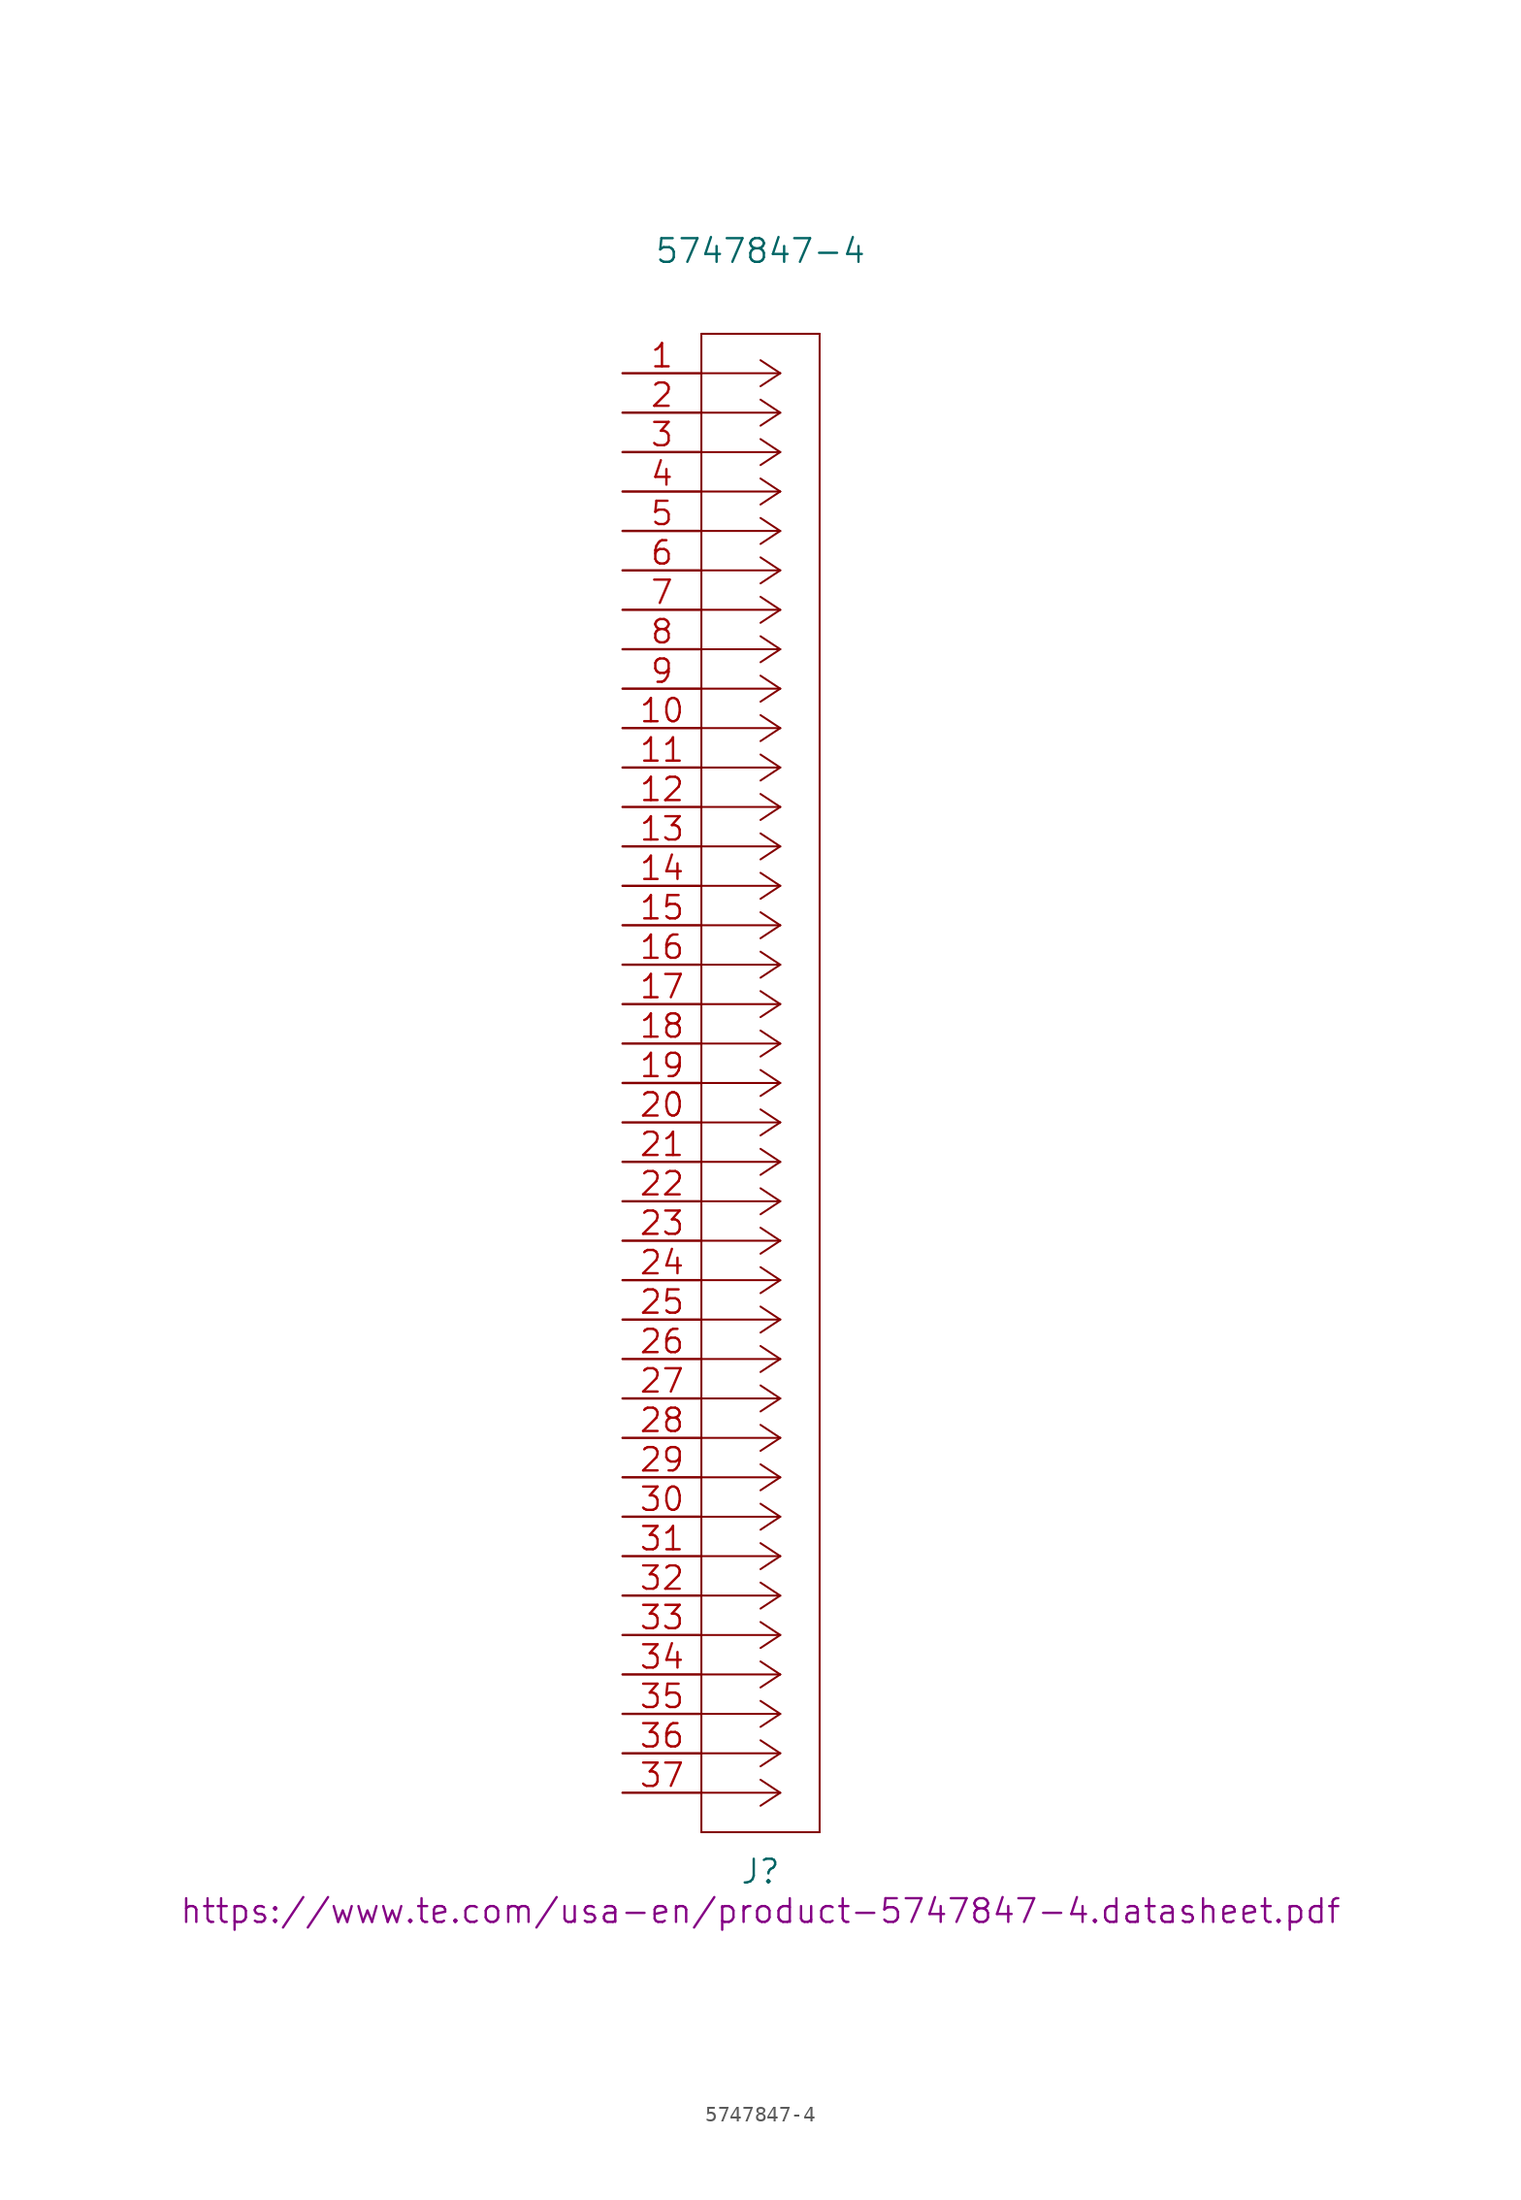
<source format=kicad_sym>
(kicad_symbol_lib
  (version 20220914)
  (generator kicad_symbol_editor)
  (symbol "5747847-4"
    (pin_names
      (offset 0.254) hide)
    (property "Reference" "J"
      (at 8.89 -96.52 0)
      (effects (font (size 1.524 1.524))))
    (property "Value" "5747847-4"
      (at 8.89 7.874 0)
      (effects (font (size 1.524 1.524))))
    (property "Datasheet" "https://www.te.com/usa-en/product-5747847-4.datasheet.pdf"
      (at 8.89 -99.06 0)
      (effects (font (size 1.524 1.524))))
    (symbol "5747847-4_1_1"
      (polyline (pts (xy 5.08 -93.98) (xy 12.7 -93.98)) (stroke (width 0.127) (type solid)) (fill (type none)))
      (polyline (pts (xy 5.08 2.54) (xy 5.08 -93.98)) (stroke (width 0.127) (type solid)) (fill (type none)))
      (polyline (pts (xy 10.16 -91.44) (xy 5.08 -91.44)) (stroke (width 0.127) (type solid)) (fill (type none)))
      (polyline (pts (xy 10.16 -91.44) (xy 8.89 -92.278)) (stroke (width 0.127) (type solid)) (fill (type none)))
      (polyline (pts (xy 10.16 -91.44) (xy 8.89 -90.602)) (stroke (width 0.127) (type solid)) (fill (type none)))
      (polyline (pts (xy 10.16 -88.9) (xy 5.08 -88.9)) (stroke (width 0.127) (type solid)) (fill (type none)))
      (polyline (pts (xy 10.16 -88.9) (xy 8.89 -89.738)) (stroke (width 0.127) (type solid)) (fill (type none)))
      (polyline (pts (xy 10.16 -88.9) (xy 8.89 -88.062)) (stroke (width 0.127) (type solid)) (fill (type none)))
      (polyline (pts (xy 10.16 -86.36) (xy 5.08 -86.36)) (stroke (width 0.127) (type solid)) (fill (type none)))
      (polyline (pts (xy 10.16 -86.36) (xy 8.89 -87.198)) (stroke (width 0.127) (type solid)) (fill (type none)))
      (polyline (pts (xy 10.16 -86.36) (xy 8.89 -85.522)) (stroke (width 0.127) (type solid)) (fill (type none)))
      (polyline (pts (xy 10.16 -83.82) (xy 5.08 -83.82)) (stroke (width 0.127) (type solid)) (fill (type none)))
      (polyline (pts (xy 10.16 -83.82) (xy 8.89 -84.658)) (stroke (width 0.127) (type solid)) (fill (type none)))
      (polyline (pts (xy 10.16 -83.82) (xy 8.89 -82.982)) (stroke (width 0.127) (type solid)) (fill (type none)))
      (polyline (pts (xy 10.16 -81.28) (xy 5.08 -81.28)) (stroke (width 0.127) (type solid)) (fill (type none)))
      (polyline (pts (xy 10.16 -81.28) (xy 8.89 -82.118)) (stroke (width 0.127) (type solid)) (fill (type none)))
      (polyline (pts (xy 10.16 -81.28) (xy 8.89 -80.442)) (stroke (width 0.127) (type solid)) (fill (type none)))
      (polyline (pts (xy 10.16 -78.74) (xy 5.08 -78.74)) (stroke (width 0.127) (type solid)) (fill (type none)))
      (polyline (pts (xy 10.16 -78.74) (xy 8.89 -79.578)) (stroke (width 0.127) (type solid)) (fill (type none)))
      (polyline (pts (xy 10.16 -78.74) (xy 8.89 -77.902)) (stroke (width 0.127) (type solid)) (fill (type none)))
      (polyline (pts (xy 10.16 -76.2) (xy 5.08 -76.2)) (stroke (width 0.127) (type solid)) (fill (type none)))
      (polyline (pts (xy 10.16 -76.2) (xy 8.89 -77.038)) (stroke (width 0.127) (type solid)) (fill (type none)))
      (polyline (pts (xy 10.16 -76.2) (xy 8.89 -75.362)) (stroke (width 0.127) (type solid)) (fill (type none)))
      (polyline (pts (xy 10.16 -73.66) (xy 5.08 -73.66)) (stroke (width 0.127) (type solid)) (fill (type none)))
      (polyline (pts (xy 10.16 -73.66) (xy 8.89 -74.498)) (stroke (width 0.127) (type solid)) (fill (type none)))
      (polyline (pts (xy 10.16 -73.66) (xy 8.89 -72.822)) (stroke (width 0.127) (type solid)) (fill (type none)))
      (polyline (pts (xy 10.16 -71.12) (xy 5.08 -71.12)) (stroke (width 0.127) (type solid)) (fill (type none)))
      (polyline (pts (xy 10.16 -71.12) (xy 8.89 -71.958)) (stroke (width 0.127) (type solid)) (fill (type none)))
      (polyline (pts (xy 10.16 -71.12) (xy 8.89 -70.282)) (stroke (width 0.127) (type solid)) (fill (type none)))
      (polyline (pts (xy 10.16 -68.58) (xy 5.08 -68.58)) (stroke (width 0.127) (type solid)) (fill (type none)))
      (polyline (pts (xy 10.16 -68.58) (xy 8.89 -69.418)) (stroke (width 0.127) (type solid)) (fill (type none)))
      (polyline (pts (xy 10.16 -68.58) (xy 8.89 -67.742)) (stroke (width 0.127) (type solid)) (fill (type none)))
      (polyline (pts (xy 10.16 -66.04) (xy 5.08 -66.04)) (stroke (width 0.127) (type solid)) (fill (type none)))
      (polyline (pts (xy 10.16 -66.04) (xy 8.89 -66.878)) (stroke (width 0.127) (type solid)) (fill (type none)))
      (polyline (pts (xy 10.16 -66.04) (xy 8.89 -65.202)) (stroke (width 0.127) (type solid)) (fill (type none)))
      (polyline (pts (xy 10.16 -63.5) (xy 5.08 -63.5)) (stroke (width 0.127) (type solid)) (fill (type none)))
      (polyline (pts (xy 10.16 -63.5) (xy 8.89 -64.338)) (stroke (width 0.127) (type solid)) (fill (type none)))
      (polyline (pts (xy 10.16 -63.5) (xy 8.89 -62.662)) (stroke (width 0.127) (type solid)) (fill (type none)))
      (polyline (pts (xy 10.16 -60.96) (xy 5.08 -60.96)) (stroke (width 0.127) (type solid)) (fill (type none)))
      (polyline (pts (xy 10.16 -60.96) (xy 8.89 -61.798)) (stroke (width 0.127) (type solid)) (fill (type none)))
      (polyline (pts (xy 10.16 -60.96) (xy 8.89 -60.122)) (stroke (width 0.127) (type solid)) (fill (type none)))
      (polyline (pts (xy 10.16 -58.42) (xy 5.08 -58.42)) (stroke (width 0.127) (type solid)) (fill (type none)))
      (polyline (pts (xy 10.16 -58.42) (xy 8.89 -59.258)) (stroke (width 0.127) (type solid)) (fill (type none)))
      (polyline (pts (xy 10.16 -58.42) (xy 8.89 -57.582)) (stroke (width 0.127) (type solid)) (fill (type none)))
      (polyline (pts (xy 10.16 -55.88) (xy 5.08 -55.88)) (stroke (width 0.127) (type solid)) (fill (type none)))
      (polyline (pts (xy 10.16 -55.88) (xy 8.89 -56.718)) (stroke (width 0.127) (type solid)) (fill (type none)))
      (polyline (pts (xy 10.16 -55.88) (xy 8.89 -55.042)) (stroke (width 0.127) (type solid)) (fill (type none)))
      (polyline (pts (xy 10.16 -53.34) (xy 5.08 -53.34)) (stroke (width 0.127) (type solid)) (fill (type none)))
      (polyline (pts (xy 10.16 -53.34) (xy 8.89 -54.178)) (stroke (width 0.127) (type solid)) (fill (type none)))
      (polyline (pts (xy 10.16 -53.34) (xy 8.89 -52.502)) (stroke (width 0.127) (type solid)) (fill (type none)))
      (polyline (pts (xy 10.16 -50.8) (xy 5.08 -50.8)) (stroke (width 0.127) (type solid)) (fill (type none)))
      (polyline (pts (xy 10.16 -50.8) (xy 8.89 -51.638)) (stroke (width 0.127) (type solid)) (fill (type none)))
      (polyline (pts (xy 10.16 -50.8) (xy 8.89 -49.962)) (stroke (width 0.127) (type solid)) (fill (type none)))
      (polyline (pts (xy 10.16 -48.26) (xy 5.08 -48.26)) (stroke (width 0.127) (type solid)) (fill (type none)))
      (polyline (pts (xy 10.16 -48.26) (xy 8.89 -49.098)) (stroke (width 0.127) (type solid)) (fill (type none)))
      (polyline (pts (xy 10.16 -48.26) (xy 8.89 -47.422)) (stroke (width 0.127) (type solid)) (fill (type none)))
      (polyline (pts (xy 10.16 -45.72) (xy 5.08 -45.72)) (stroke (width 0.127) (type solid)) (fill (type none)))
      (polyline (pts (xy 10.16 -45.72) (xy 8.89 -46.558)) (stroke (width 0.127) (type solid)) (fill (type none)))
      (polyline (pts (xy 10.16 -45.72) (xy 8.89 -44.882)) (stroke (width 0.127) (type solid)) (fill (type none)))
      (polyline (pts (xy 10.16 -43.18) (xy 5.08 -43.18)) (stroke (width 0.127) (type solid)) (fill (type none)))
      (polyline (pts (xy 10.16 -43.18) (xy 8.89 -44.018)) (stroke (width 0.127) (type solid)) (fill (type none)))
      (polyline (pts (xy 10.16 -43.18) (xy 8.89 -42.342)) (stroke (width 0.127) (type solid)) (fill (type none)))
      (polyline (pts (xy 10.16 -40.64) (xy 5.08 -40.64)) (stroke (width 0.127) (type solid)) (fill (type none)))
      (polyline (pts (xy 10.16 -40.64) (xy 8.89 -41.478)) (stroke (width 0.127) (type solid)) (fill (type none)))
      (polyline (pts (xy 10.16 -40.64) (xy 8.89 -39.802)) (stroke (width 0.127) (type solid)) (fill (type none)))
      (polyline (pts (xy 10.16 -38.1) (xy 5.08 -38.1)) (stroke (width 0.127) (type solid)) (fill (type none)))
      (polyline (pts (xy 10.16 -38.1) (xy 8.89 -38.938)) (stroke (width 0.127) (type solid)) (fill (type none)))
      (polyline (pts (xy 10.16 -38.1) (xy 8.89 -37.262)) (stroke (width 0.127) (type solid)) (fill (type none)))
      (polyline (pts (xy 10.16 -35.56) (xy 5.08 -35.56)) (stroke (width 0.127) (type solid)) (fill (type none)))
      (polyline (pts (xy 10.16 -35.56) (xy 8.89 -36.398)) (stroke (width 0.127) (type solid)) (fill (type none)))
      (polyline (pts (xy 10.16 -35.56) (xy 8.89 -34.722)) (stroke (width 0.127) (type solid)) (fill (type none)))
      (polyline (pts (xy 10.16 -33.02) (xy 5.08 -33.02)) (stroke (width 0.127) (type solid)) (fill (type none)))
      (polyline (pts (xy 10.16 -33.02) (xy 8.89 -33.858)) (stroke (width 0.127) (type solid)) (fill (type none)))
      (polyline (pts (xy 10.16 -33.02) (xy 8.89 -32.182)) (stroke (width 0.127) (type solid)) (fill (type none)))
      (polyline (pts (xy 10.16 -30.48) (xy 5.08 -30.48)) (stroke (width 0.127) (type solid)) (fill (type none)))
      (polyline (pts (xy 10.16 -30.48) (xy 8.89 -31.318)) (stroke (width 0.127) (type solid)) (fill (type none)))
      (polyline (pts (xy 10.16 -30.48) (xy 8.89 -29.642)) (stroke (width 0.127) (type solid)) (fill (type none)))
      (polyline (pts (xy 10.16 -27.94) (xy 5.08 -27.94)) (stroke (width 0.127) (type solid)) (fill (type none)))
      (polyline (pts (xy 10.16 -27.94) (xy 8.89 -28.778)) (stroke (width 0.127) (type solid)) (fill (type none)))
      (polyline (pts (xy 10.16 -27.94) (xy 8.89 -27.102)) (stroke (width 0.127) (type solid)) (fill (type none)))
      (polyline (pts (xy 10.16 -25.4) (xy 5.08 -25.4)) (stroke (width 0.127) (type solid)) (fill (type none)))
      (polyline (pts (xy 10.16 -25.4) (xy 8.89 -26.238)) (stroke (width 0.127) (type solid)) (fill (type none)))
      (polyline (pts (xy 10.16 -25.4) (xy 8.89 -24.562)) (stroke (width 0.127) (type solid)) (fill (type none)))
      (polyline (pts (xy 10.16 -22.86) (xy 5.08 -22.86)) (stroke (width 0.127) (type solid)) (fill (type none)))
      (polyline (pts (xy 10.16 -22.86) (xy 8.89 -23.698)) (stroke (width 0.127) (type solid)) (fill (type none)))
      (polyline (pts (xy 10.16 -22.86) (xy 8.89 -22.022)) (stroke (width 0.127) (type solid)) (fill (type none)))
      (polyline (pts (xy 10.16 -20.32) (xy 5.08 -20.32)) (stroke (width 0.127) (type solid)) (fill (type none)))
      (polyline (pts (xy 10.16 -20.32) (xy 8.89 -21.158)) (stroke (width 0.127) (type solid)) (fill (type none)))
      (polyline (pts (xy 10.16 -20.32) (xy 8.89 -19.482)) (stroke (width 0.127) (type solid)) (fill (type none)))
      (polyline (pts (xy 10.16 -17.78) (xy 5.08 -17.78)) (stroke (width 0.127) (type solid)) (fill (type none)))
      (polyline (pts (xy 10.16 -17.78) (xy 8.89 -18.618)) (stroke (width 0.127) (type solid)) (fill (type none)))
      (polyline (pts (xy 10.16 -17.78) (xy 8.89 -16.942)) (stroke (width 0.127) (type solid)) (fill (type none)))
      (polyline (pts (xy 10.16 -15.24) (xy 5.08 -15.24)) (stroke (width 0.127) (type solid)) (fill (type none)))
      (polyline (pts (xy 10.16 -15.24) (xy 8.89 -16.078)) (stroke (width 0.127) (type solid)) (fill (type none)))
      (polyline (pts (xy 10.16 -15.24) (xy 8.89 -14.402)) (stroke (width 0.127) (type solid)) (fill (type none)))
      (polyline (pts (xy 10.16 -12.7) (xy 5.08 -12.7)) (stroke (width 0.127) (type solid)) (fill (type none)))
      (polyline (pts (xy 10.16 -12.7) (xy 8.89 -13.538)) (stroke (width 0.127) (type solid)) (fill (type none)))
      (polyline (pts (xy 10.16 -12.7) (xy 8.89 -11.862)) (stroke (width 0.127) (type solid)) (fill (type none)))
      (polyline (pts (xy 10.16 -10.16) (xy 5.08 -10.16)) (stroke (width 0.127) (type solid)) (fill (type none)))
      (polyline (pts (xy 10.16 -10.16) (xy 8.89 -10.998)) (stroke (width 0.127) (type solid)) (fill (type none)))
      (polyline (pts (xy 10.16 -10.16) (xy 8.89 -9.322)) (stroke (width 0.127) (type solid)) (fill (type none)))
      (polyline (pts (xy 10.16 -7.62) (xy 5.08 -7.62)) (stroke (width 0.127) (type solid)) (fill (type none)))
      (polyline (pts (xy 10.16 -7.62) (xy 8.89 -8.458)) (stroke (width 0.127) (type solid)) (fill (type none)))
      (polyline (pts (xy 10.16 -7.62) (xy 8.89 -6.782)) (stroke (width 0.127) (type solid)) (fill (type none)))
      (polyline (pts (xy 10.16 -5.08) (xy 5.08 -5.08)) (stroke (width 0.127) (type solid)) (fill (type none)))
      (polyline (pts (xy 10.16 -5.08) (xy 8.89 -5.918)) (stroke (width 0.127) (type solid)) (fill (type none)))
      (polyline (pts (xy 10.16 -5.08) (xy 8.89 -4.242)) (stroke (width 0.127) (type solid)) (fill (type none)))
      (polyline (pts (xy 10.16 -2.54) (xy 5.08 -2.54)) (stroke (width 0.127) (type solid)) (fill (type none)))
      (polyline (pts (xy 10.16 -2.54) (xy 8.89 -3.378)) (stroke (width 0.127) (type solid)) (fill (type none)))
      (polyline (pts (xy 10.16 -2.54) (xy 8.89 -1.702)) (stroke (width 0.127) (type solid)) (fill (type none)))
      (polyline (pts (xy 10.16 0) (xy 5.08 0)) (stroke (width 0.127) (type solid)) (fill (type none)))
      (polyline (pts (xy 10.16 0) (xy 8.89 -0.838)) (stroke (width 0.127) (type solid)) (fill (type none)))
      (polyline (pts (xy 10.16 0) (xy 8.89 0.838)) (stroke (width 0.127) (type solid)) (fill (type none)))
      (polyline (pts (xy 12.7 -93.98) (xy 12.7 2.54)) (stroke (width 0.127) (type solid)) (fill (type none)))
      (polyline (pts (xy 12.7 2.54) (xy 5.08 2.54)) (stroke (width 0.127) (type solid)) (fill (type none)))
      (pin unspecified line (at 0 0 0) (length 5.08) (name "1" (effects (font (size 1.499 1.499)))) (number "1" (effects (font (size 1.499 1.499)))))
      (pin unspecified line (at 0 -22.86 0) (length 5.08) (name "10" (effects (font (size 1.499 1.499)))) (number "10" (effects (font (size 1.499 1.499)))))
      (pin unspecified line (at 0 -25.4 0) (length 5.08) (name "11" (effects (font (size 1.499 1.499)))) (number "11" (effects (font (size 1.499 1.499)))))
      (pin unspecified line (at 0 -27.94 0) (length 5.08) (name "12" (effects (font (size 1.499 1.499)))) (number "12" (effects (font (size 1.499 1.499)))))
      (pin unspecified line (at 0 -30.48 0) (length 5.08) (name "13" (effects (font (size 1.499 1.499)))) (number "13" (effects (font (size 1.499 1.499)))))
      (pin unspecified line (at 0 -33.02 0) (length 5.08) (name "14" (effects (font (size 1.499 1.499)))) (number "14" (effects (font (size 1.499 1.499)))))
      (pin unspecified line (at 0 -35.56 0) (length 5.08) (name "15" (effects (font (size 1.499 1.499)))) (number "15" (effects (font (size 1.499 1.499)))))
      (pin unspecified line (at 0 -38.1 0) (length 5.08) (name "16" (effects (font (size 1.499 1.499)))) (number "16" (effects (font (size 1.499 1.499)))))
      (pin unspecified line (at 0 -40.64 0) (length 5.08) (name "17" (effects (font (size 1.499 1.499)))) (number "17" (effects (font (size 1.499 1.499)))))
      (pin unspecified line (at 0 -43.18 0) (length 5.08) (name "18" (effects (font (size 1.499 1.499)))) (number "18" (effects (font (size 1.499 1.499)))))
      (pin unspecified line (at 0 -45.72 0) (length 5.08) (name "19" (effects (font (size 1.499 1.499)))) (number "19" (effects (font (size 1.499 1.499)))))
      (pin unspecified line (at 0 -2.54 0) (length 5.08) (name "2" (effects (font (size 1.499 1.499)))) (number "2" (effects (font (size 1.499 1.499)))))
      (pin unspecified line (at 0 -48.26 0) (length 5.08) (name "20" (effects (font (size 1.499 1.499)))) (number "20" (effects (font (size 1.499 1.499)))))
      (pin unspecified line (at 0 -50.8 0) (length 5.08) (name "21" (effects (font (size 1.499 1.499)))) (number "21" (effects (font (size 1.499 1.499)))))
      (pin unspecified line (at 0 -53.34 0) (length 5.08) (name "22" (effects (font (size 1.499 1.499)))) (number "22" (effects (font (size 1.499 1.499)))))
      (pin unspecified line (at 0 -55.88 0) (length 5.08) (name "23" (effects (font (size 1.499 1.499)))) (number "23" (effects (font (size 1.499 1.499)))))
      (pin unspecified line (at 0 -58.42 0) (length 5.08) (name "24" (effects (font (size 1.499 1.499)))) (number "24" (effects (font (size 1.499 1.499)))))
      (pin unspecified line (at 0 -60.96 0) (length 5.08) (name "25" (effects (font (size 1.499 1.499)))) (number "25" (effects (font (size 1.499 1.499)))))
      (pin unspecified line (at 0 -63.5 0) (length 5.08) (name "26" (effects (font (size 1.499 1.499)))) (number "26" (effects (font (size 1.499 1.499)))))
      (pin unspecified line (at 0 -66.04 0) (length 5.08) (name "27" (effects (font (size 1.499 1.499)))) (number "27" (effects (font (size 1.499 1.499)))))
      (pin unspecified line (at 0 -68.58 0) (length 5.08) (name "28" (effects (font (size 1.499 1.499)))) (number "28" (effects (font (size 1.499 1.499)))))
      (pin unspecified line (at 0 -71.12 0) (length 5.08) (name "29" (effects (font (size 1.499 1.499)))) (number "29" (effects (font (size 1.499 1.499)))))
      (pin unspecified line (at 0 -5.08 0) (length 5.08) (name "3" (effects (font (size 1.499 1.499)))) (number "3" (effects (font (size 1.499 1.499)))))
      (pin unspecified line (at 0 -73.66 0) (length 5.08) (name "30" (effects (font (size 1.499 1.499)))) (number "30" (effects (font (size 1.499 1.499)))))
      (pin unspecified line (at 0 -76.2 0) (length 5.08) (name "31" (effects (font (size 1.499 1.499)))) (number "31" (effects (font (size 1.499 1.499)))))
      (pin unspecified line (at 0 -78.74 0) (length 5.08) (name "32" (effects (font (size 1.499 1.499)))) (number "32" (effects (font (size 1.499 1.499)))))
      (pin unspecified line (at 0 -81.28 0) (length 5.08) (name "33" (effects (font (size 1.499 1.499)))) (number "33" (effects (font (size 1.499 1.499)))))
      (pin unspecified line (at 0 -83.82 0) (length 5.08) (name "34" (effects (font (size 1.499 1.499)))) (number "34" (effects (font (size 1.499 1.499)))))
      (pin unspecified line (at 0 -86.36 0) (length 5.08) (name "35" (effects (font (size 1.499 1.499)))) (number "35" (effects (font (size 1.499 1.499)))))
      (pin unspecified line (at 0 -88.9 0) (length 5.08) (name "36" (effects (font (size 1.499 1.499)))) (number "36" (effects (font (size 1.499 1.499)))))
      (pin unspecified line (at 0 -91.44 0) (length 5.08) (name "37" (effects (font (size 1.499 1.499)))) (number "37" (effects (font (size 1.499 1.499)))))
      (pin unspecified line (at 0 -7.62 0) (length 5.08) (name "4" (effects (font (size 1.499 1.499)))) (number "4" (effects (font (size 1.499 1.499)))))
      (pin unspecified line (at 0 -10.16 0) (length 5.08) (name "5" (effects (font (size 1.499 1.499)))) (number "5" (effects (font (size 1.499 1.499)))))
      (pin unspecified line (at 0 -12.7 0) (length 5.08) (name "6" (effects (font (size 1.499 1.499)))) (number "6" (effects (font (size 1.499 1.499)))))
      (pin unspecified line (at 0 -15.24 0) (length 5.08) (name "7" (effects (font (size 1.499 1.499)))) (number "7" (effects (font (size 1.499 1.499)))))
      (pin unspecified line (at 0 -17.78 0) (length 5.08) (name "8" (effects (font (size 1.499 1.499)))) (number "8" (effects (font (size 1.499 1.499)))))
      (pin unspecified line (at 0 -20.32 0) (length 5.08) (name "9" (effects (font (size 1.499 1.499)))) (number "9" (effects (font (size 1.499 1.499))))))))
</source>
